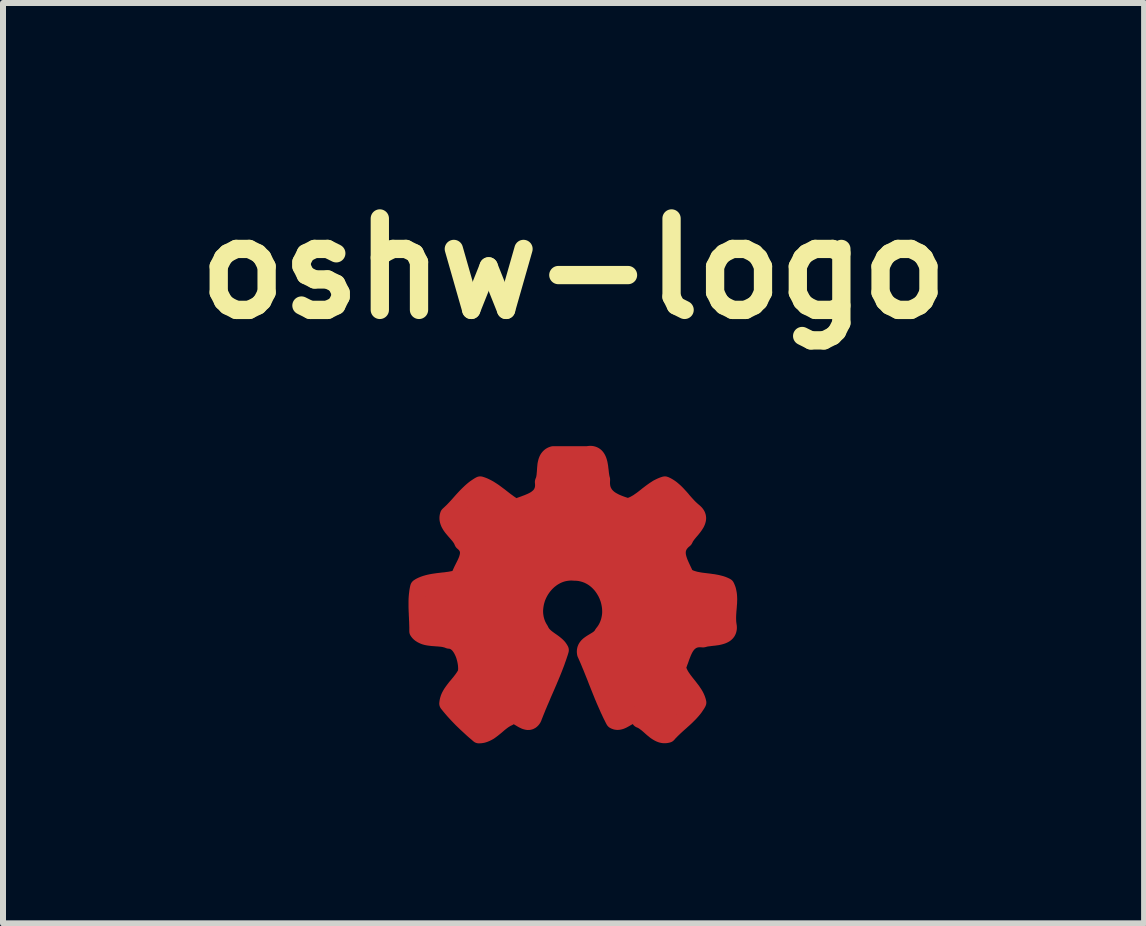
<source format=kicad_pcb>
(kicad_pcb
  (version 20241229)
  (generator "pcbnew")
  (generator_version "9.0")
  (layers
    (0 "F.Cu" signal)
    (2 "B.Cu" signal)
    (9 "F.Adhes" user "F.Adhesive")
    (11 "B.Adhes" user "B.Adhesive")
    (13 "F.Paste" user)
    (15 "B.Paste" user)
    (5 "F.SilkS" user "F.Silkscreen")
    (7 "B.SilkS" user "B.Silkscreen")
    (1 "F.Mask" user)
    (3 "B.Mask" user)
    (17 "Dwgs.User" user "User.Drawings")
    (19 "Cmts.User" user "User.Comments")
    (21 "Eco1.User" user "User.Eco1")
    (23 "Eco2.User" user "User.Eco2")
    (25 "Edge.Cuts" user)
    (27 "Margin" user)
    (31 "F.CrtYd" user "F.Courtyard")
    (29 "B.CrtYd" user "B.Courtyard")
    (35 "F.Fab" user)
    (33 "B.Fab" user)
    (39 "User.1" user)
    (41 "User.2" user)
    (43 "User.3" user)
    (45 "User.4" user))
  (footprint "oshw-logo"
    (layer "F.Cu")
    (at 6.51 6.86)
    (property "Reference" "oshw-logo" (at 0 -5.434 0) (layer "F.SilkS") (effects (font (size 1.524 1.524) (thickness 0.305))))
    (attr smd)
    (fp_poly (pts (xy -0.34 -2.332) (xy -0.368 -2.322) (xy -0.391 -2.308) (xy -0.41 -2.29) (xy -0.426 -2.27) (xy -0.438 -2.247) (xy -0.448 -2.221) (xy -0.455 -2.194) (xy -0.461 -2.166) (xy -0.464 -2.136) (xy -0.467 -2.105) (xy -0.469 -2.074) (xy -0.471 -2.043) (xy -0.474 -2.013) (xy -0.476 -1.983) (xy -0.481 -1.954) (xy -0.486 -1.926) (xy -0.494 -1.901) (xy -0.504 -1.877) (xy -0.501 -1.842) (xy -0.501 -1.808) (xy -0.504 -1.778) (xy -0.51 -1.749) (xy -0.519 -1.723) (xy -0.53 -1.699) (xy -0.543 -1.676) (xy -0.559 -1.655) (xy -0.576 -1.636) (xy -0.596 -1.619) (xy -0.617 -1.602) (xy -0.639 -1.587) (xy -0.663 -1.573) (xy -0.688 -1.56) (xy -0.714 -1.548) (xy -0.74 -1.537) (xy -0.768 -1.525) (xy -0.796 -1.515) (xy -0.824 -1.504) (xy -0.852 -1.494) (xy -0.88 -1.484) (xy -0.908 -1.473) (xy -0.936 -1.463) (xy -0.964 -1.451) (xy -0.992 -1.468) (xy -1.021 -1.485) (xy -1.049 -1.503) (xy -1.077 -1.522) (xy -1.104 -1.542) (xy -1.132 -1.562) (xy -1.159 -1.583) (xy -1.186 -1.604) (xy -1.213 -1.625) (xy -1.24 -1.646) (xy -1.267 -1.666) (xy -1.295 -1.687) (xy -1.322 -1.707) (xy -1.35 -1.726) (xy -1.378 -1.744) (xy -1.406 -1.762) (xy -1.435 -1.778) (xy -1.465 -1.793) (xy -1.494 -1.807) (xy -1.525 -1.819) (xy -1.556 -1.829) (xy -1.584 -1.813) (xy -1.611 -1.795) (xy -1.638 -1.777) (xy -1.664 -1.757) (xy -1.689 -1.736) (xy -1.714 -1.714) (xy -1.738 -1.691) (xy -1.762 -1.668) (xy -1.786 -1.644) (xy -1.809 -1.62) (xy -1.832 -1.595) (xy -1.855 -1.57) (xy -1.877 -1.545) (xy -1.9 -1.519) (xy -1.922 -1.494) (xy -1.945 -1.469) (xy -1.968 -1.444) (xy -1.991 -1.42) (xy -2.014 -1.396) (xy -2.038 -1.373) (xy -2.062 -1.35) (xy -2.086 -1.328) (xy -2.093 -1.3) (xy -2.095 -1.271) (xy -2.092 -1.244) (xy -2.085 -1.218) (xy -2.075 -1.192) (xy -2.061 -1.166) (xy -2.046 -1.142) (xy -2.028 -1.117) (xy -2.008 -1.093) (xy -1.988 -1.069) (xy -1.967 -1.045) (xy -1.946 -1.021) (xy -1.926 -0.998) (xy -1.906 -0.974) (xy -1.888 -0.949) (xy -1.872 -0.925) (xy -1.859 -0.9) (xy -1.849 -0.875) (xy -1.823 -0.853) (xy -1.802 -0.83) (xy -1.785 -0.807) (xy -1.772 -0.784) (xy -1.762 -0.76) (xy -1.756 -0.736) (xy -1.753 -0.712) (xy -1.752 -0.687) (xy -1.755 -0.662) (xy -1.759 -0.637) (xy -1.766 -0.612) (xy -1.774 -0.586) (xy -1.784 -0.56) (xy -1.795 -0.535) (xy -1.807 -0.509) (xy -1.82 -0.483) (xy -1.833 -0.457) (xy -1.846 -0.431) (xy -1.859 -0.405) (xy -1.871 -0.379) (xy -1.883 -0.353) (xy -1.894 -0.327) (xy -1.904 -0.302) (xy -1.912 -0.276) (xy -1.943 -0.267) (xy -1.975 -0.259) (xy -2.007 -0.252) (xy -2.039 -0.246) (xy -2.072 -0.24) (xy -2.105 -0.236) (xy -2.139 -0.231) (xy -2.172 -0.228) (xy -2.206 -0.224) (xy -2.24 -0.22) (xy -2.273 -0.216) (xy -2.307 -0.211) (xy -2.34 -0.206) (xy -2.372 -0.2) (xy -2.405 -0.193) (xy -2.436 -0.185) (xy -2.467 -0.176) (xy -2.498 -0.165) (xy -2.527 -0.153) (xy -2.556 -0.139) (xy -2.583 -0.122) (xy -2.59 -0.091) (xy -2.596 -0.058) (xy -2.6 -0.026) (xy -2.604 0.007) (xy -2.607 0.04) (xy -2.609 0.073) (xy -2.61 0.107) (xy -2.61 0.141) (xy -2.61 0.174) (xy -2.61 0.208) (xy -2.609 0.242) (xy -2.608 0.276) (xy -2.606 0.31) (xy -2.605 0.344) (xy -2.603 0.378) (xy -2.602 0.412) (xy -2.6 0.446) (xy -2.599 0.48) (xy -2.598 0.513) (xy -2.597 0.546) (xy -2.597 0.579) (xy -2.597 0.612) (xy -2.578 0.636) (xy -2.556 0.655) (xy -2.531 0.671) (xy -2.505 0.684) (xy -2.477 0.695) (xy -2.448 0.703) (xy -2.417 0.709) (xy -2.386 0.713) (xy -2.354 0.717) (xy -2.321 0.719) (xy -2.289 0.722) (xy -2.256 0.724) (xy -2.224 0.727) (xy -2.192 0.73) (xy -2.161 0.735) (xy -2.131 0.742) (xy -2.102 0.75) (xy -2.075 0.761) (xy -2.047 0.763) (xy -2.02 0.77) (xy -1.995 0.78) (xy -1.971 0.793) (xy -1.948 0.81) (xy -1.927 0.829) (xy -1.907 0.851) (xy -1.889 0.875) (xy -1.872 0.901) (xy -1.857 0.929) (xy -1.843 0.958) (xy -1.83 0.988) (xy -1.819 1.019) (xy -1.81 1.05) (xy -1.802 1.081) (xy -1.795 1.113) (xy -1.79 1.143) (xy -1.786 1.174) (xy -1.784 1.203) (xy -1.783 1.231) (xy -1.784 1.257) (xy -1.786 1.281) (xy -1.79 1.304) (xy -1.803 1.331) (xy -1.818 1.358) (xy -1.836 1.385) (xy -1.854 1.411) (xy -1.874 1.437) (xy -1.894 1.463) (xy -1.915 1.488) (xy -1.936 1.514) (xy -1.958 1.539) (xy -1.978 1.565) (xy -1.998 1.591) (xy -2.017 1.617) (xy -2.035 1.643) (xy -2.051 1.67) (xy -2.066 1.698) (xy -2.078 1.726) (xy -2.087 1.755) (xy -2.094 1.785) (xy -2.098 1.816) (xy -2.076 1.843) (xy -2.054 1.87) (xy -2.032 1.896) (xy -2.009 1.923) (xy -1.986 1.949) (xy -1.962 1.975) (xy -1.938 2.001) (xy -1.913 2.027) (xy -1.889 2.052) (xy -1.864 2.078) (xy -1.838 2.103) (xy -1.813 2.127) (xy -1.787 2.152) (xy -1.761 2.176) (xy -1.735 2.2) (xy -1.709 2.224) (xy -1.683 2.248) (xy -1.657 2.271) (xy -1.63 2.294) (xy -1.604 2.316) (xy -1.578 2.339) (xy -1.547 2.337) (xy -1.516 2.332) (xy -1.487 2.323) (xy -1.458 2.311) (xy -1.43 2.297) (xy -1.402 2.281) (xy -1.376 2.262) (xy -1.349 2.242) (xy -1.323 2.221) (xy -1.297 2.2) (xy -1.271 2.178) (xy -1.246 2.156) (xy -1.22 2.135) (xy -1.193 2.114) (xy -1.167 2.095) (xy -1.14 2.078) (xy -1.113 2.062) (xy -1.084 2.049) (xy -1.069 2.032) (xy -1.053 2.02) (xy -1.036 2.013) (xy -1.019 2.011) (xy -1.001 2.011) (xy -0.982 2.015) (xy -0.964 2.022) (xy -0.945 2.03) (xy -0.925 2.04) (xy -0.906 2.051) (xy -0.886 2.063) (xy -0.866 2.075) (xy -0.847 2.086) (xy -0.827 2.096) (xy -0.808 2.105) (xy -0.789 2.111) (xy -0.771 2.115) (xy -0.753 2.117) (xy -0.736 2.114) (xy -0.719 2.108) (xy -0.703 2.097) (xy -0.687 2.08) (xy -0.673 2.059) (xy -0.661 2.026) (xy -0.648 1.994) (xy -0.635 1.961) (xy -0.622 1.929) (xy -0.609 1.897) (xy -0.596 1.864) (xy -0.582 1.832) (xy -0.569 1.8) (xy -0.555 1.768) (xy -0.541 1.736) (xy -0.527 1.703) (xy -0.514 1.671) (xy -0.5 1.639) (xy -0.486 1.607) (xy -0.472 1.575) (xy -0.458 1.543) (xy -0.444 1.511) (xy -0.43 1.478) (xy -0.416 1.446) (xy -0.403 1.414) (xy -0.389 1.382) (xy -0.376 1.35) (xy -0.362 1.317) (xy -0.349 1.285) (xy -0.336 1.253) (xy -0.323 1.22) (xy -0.311 1.188) (xy -0.298 1.155) (xy -0.286 1.123) (xy -0.275 1.09) (xy -0.263 1.058) (xy -0.252 1.025) (xy -0.241 0.992) (xy -0.23 0.959) (xy -0.22 0.926) (xy -0.235 0.901) (xy -0.252 0.877) (xy -0.272 0.856) (xy -0.294 0.836) (xy -0.317 0.817) (xy -0.341 0.799) (xy -0.366 0.781) (xy -0.391 0.764) (xy -0.416 0.746) (xy -0.44 0.728) (xy -0.464 0.709) (xy -0.487 0.688) (xy -0.508 0.666) (xy -0.527 0.642) (xy -0.543 0.616) (xy -0.557 0.587) (xy -0.573 0.562) (xy -0.587 0.536) (xy -0.6 0.51) (xy -0.611 0.483) (xy -0.621 0.456) (xy -0.629 0.428) (xy -0.636 0.401) (xy -0.641 0.373) (xy -0.645 0.345) (xy -0.648 0.317) (xy -0.649 0.288) (xy -0.649 0.26) (xy -0.647 0.232) (xy -0.644 0.204) (xy -0.64 0.176) (xy -0.635 0.148) (xy -0.629 0.12) (xy -0.621 0.093) (xy -0.613 0.066) (xy -0.603 0.039) (xy -0.592 0.013) (xy -0.58 -0.013) (xy -0.567 -0.038) (xy -0.553 -0.063) (xy -0.538 -0.087) (xy -0.522 -0.11) (xy -0.505 -0.133) (xy -0.487 -0.155) (xy -0.468 -0.177) (xy -0.449 -0.197) (xy -0.428 -0.217) (xy -0.407 -0.236) (xy -0.385 -0.253) (xy -0.363 -0.27) (xy -0.339 -0.286) (xy -0.315 -0.3) (xy -0.29 -0.314) (xy -0.265 -0.326) (xy -0.239 -0.337) (xy -0.212 -0.347) (xy -0.185 -0.355) (xy -0.157 -0.362) (xy -0.129 -0.367) (xy -0.1 -0.371) (xy -0.071 -0.374) (xy -0.041 -0.375) (xy -0.011 -0.374) (xy 0.019 -0.372) (xy 0.049 -0.371) (xy 0.079 -0.369) (xy 0.108 -0.365) (xy 0.136 -0.359) (xy 0.164 -0.352) (xy 0.192 -0.344) (xy 0.218 -0.334) (xy 0.244 -0.324) (xy 0.269 -0.311) (xy 0.294 -0.298) (xy 0.317 -0.284) (xy 0.341 -0.268) (xy 0.363 -0.251) (xy 0.384 -0.234) (xy 0.405 -0.215) (xy 0.425 -0.195) (xy 0.444 -0.175) (xy 0.462 -0.154) (xy 0.479 -0.132) (xy 0.495 -0.109) (xy 0.511 -0.085) (xy 0.525 -0.061) (xy 0.539 -0.037) (xy 0.551 -0.012) (xy 0.563 0.014) (xy 0.573 0.04) (xy 0.583 0.067) (xy 0.591 0.093) (xy 0.598 0.121) (xy 0.604 0.148) (xy 0.609 0.176) (xy 0.613 0.203) (xy 0.616 0.231) (xy 0.617 0.259) (xy 0.618 0.287) (xy 0.617 0.315) (xy 0.615 0.343) (xy 0.611 0.37) (xy 0.606 0.398) (xy 0.6 0.425) (xy 0.593 0.452) (xy 0.584 0.478) (xy 0.574 0.505) (xy 0.563 0.53) (xy 0.55 0.556) (xy 0.536 0.581) (xy 0.52 0.605) (xy 0.503 0.629) (xy 0.484 0.652) (xy 0.472 0.675) (xy 0.455 0.696) (xy 0.436 0.716) (xy 0.415 0.733) (xy 0.391 0.75) (xy 0.367 0.765) (xy 0.342 0.78) (xy 0.317 0.795) (xy 0.293 0.81) (xy 0.27 0.826) (xy 0.249 0.842) (xy 0.231 0.86) (xy 0.216 0.879) (xy 0.204 0.901) (xy 0.197 0.925) (xy 0.195 0.951) (xy 0.198 0.981) (xy 0.212 1.012) (xy 0.226 1.044) (xy 0.24 1.076) (xy 0.254 1.108) (xy 0.267 1.14) (xy 0.28 1.172) (xy 0.294 1.204) (xy 0.307 1.237) (xy 0.32 1.269) (xy 0.333 1.302) (xy 0.346 1.334) (xy 0.359 1.366) (xy 0.372 1.399) (xy 0.384 1.431) (xy 0.397 1.464) (xy 0.41 1.496) (xy 0.423 1.529) (xy 0.436 1.561) (xy 0.449 1.594) (xy 0.462 1.626) (xy 0.475 1.658) (xy 0.488 1.691) (xy 0.502 1.723) (xy 0.515 1.755) (xy 0.529 1.787) (xy 0.543 1.819) (xy 0.557 1.85) (xy 0.571 1.882) (xy 0.585 1.914) (xy 0.6 1.945) (xy 0.614 1.976) (xy 0.629 2.007) (xy 0.645 2.038) (xy 0.66 2.069) (xy 0.676 2.099) (xy 0.697 2.109) (xy 0.718 2.114) (xy 0.739 2.115) (xy 0.759 2.112) (xy 0.78 2.107) (xy 0.8 2.099) (xy 0.82 2.09) (xy 0.84 2.079) (xy 0.86 2.068) (xy 0.88 2.056) (xy 0.9 2.045) (xy 0.919 2.034) (xy 0.938 2.024) (xy 0.958 2.017) (xy 0.977 2.012) (xy 0.996 2.009) (xy 1.014 2.01) (xy 1.033 2.015) (xy 1.051 2.024) (xy 1.07 2.038) (xy 1.088 2.058) (xy 1.106 2.083) (xy 1.131 2.093) (xy 1.155 2.106) (xy 1.179 2.122) (xy 1.202 2.139) (xy 1.226 2.157) (xy 1.249 2.177) (xy 1.272 2.197) (xy 1.295 2.218) (xy 1.318 2.238) (xy 1.342 2.257) (xy 1.365 2.276) (xy 1.389 2.292) (xy 1.414 2.307) (xy 1.438 2.319) (xy 1.464 2.329) (xy 1.49 2.335) (xy 1.516 2.337) (xy 1.544 2.335) (xy 1.572 2.329) (xy 1.593 2.304) (xy 1.616 2.281) (xy 1.639 2.257) (xy 1.663 2.234) (xy 1.687 2.211) (xy 1.712 2.188) (xy 1.737 2.165) (xy 1.762 2.143) (xy 1.788 2.12) (xy 1.813 2.097) (xy 1.838 2.075) (xy 1.863 2.052) (xy 1.887 2.029) (xy 1.911 2.005) (xy 1.935 1.981) (xy 1.957 1.957) (xy 1.979 1.932) (xy 2 1.907) (xy 2.02 1.881) (xy 2.038 1.854) (xy 2.056 1.827) (xy 2.072 1.799) (xy 2.064 1.769) (xy 2.054 1.74) (xy 2.042 1.712) (xy 2.028 1.684) (xy 2.012 1.657) (xy 1.994 1.63) (xy 1.976 1.603) (xy 1.956 1.577) (xy 1.936 1.551) (xy 1.916 1.525) (xy 1.895 1.499) (xy 1.875 1.474) (xy 1.855 1.448) (xy 1.835 1.422) (xy 1.817 1.396) (xy 1.799 1.37) (xy 1.783 1.344) (xy 1.769 1.317) (xy 1.756 1.29) (xy 1.746 1.263) (xy 1.738 1.235) (xy 1.732 1.206) (xy 1.743 1.179) (xy 1.754 1.151) (xy 1.764 1.122) (xy 1.775 1.094) (xy 1.785 1.065) (xy 1.795 1.036) (xy 1.806 1.008) (xy 1.817 0.98) (xy 1.828 0.953) (xy 1.84 0.927) (xy 1.853 0.901) (xy 1.867 0.877) (xy 1.882 0.854) (xy 1.898 0.833) (xy 1.916 0.813) (xy 1.935 0.796) (xy 1.956 0.78) (xy 1.978 0.766) (xy 2.003 0.755) (xy 2.029 0.746) (xy 2.058 0.74) (xy 2.089 0.737) (xy 2.123 0.737) (xy 2.159 0.74) (xy 2.18 0.734) (xy 2.204 0.728) (xy 2.229 0.724) (xy 2.256 0.721) (xy 2.284 0.717) (xy 2.312 0.714) (xy 2.341 0.711) (xy 2.37 0.707) (xy 2.399 0.703) (xy 2.426 0.697) (xy 2.453 0.69) (xy 2.478 0.682) (xy 2.501 0.672) (xy 2.522 0.661) (xy 2.541 0.646) (xy 2.556 0.63) (xy 2.568 0.611) (xy 2.576 0.588) (xy 2.581 0.562) (xy 2.58 0.533) (xy 2.575 0.5) (xy 2.571 0.469) (xy 2.569 0.438) (xy 2.568 0.406) (xy 2.568 0.374) (xy 2.569 0.341) (xy 2.571 0.308) (xy 2.573 0.275) (xy 2.576 0.242) (xy 2.579 0.209) (xy 2.581 0.176) (xy 2.584 0.143) (xy 2.585 0.11) (xy 2.586 0.077) (xy 2.585 0.045) (xy 2.583 0.013) (xy 2.579 -0.018) (xy 2.573 -0.049) (xy 2.566 -0.079) (xy 2.555 -0.108) (xy 2.543 -0.136) (xy 2.514 -0.15) (xy 2.485 -0.162) (xy 2.455 -0.172) (xy 2.424 -0.18) (xy 2.393 -0.188) (xy 2.361 -0.194) (xy 2.328 -0.2) (xy 2.295 -0.204) (xy 2.262 -0.209) (xy 2.229 -0.213) (xy 2.196 -0.217) (xy 2.163 -0.221) (xy 2.13 -0.225) (xy 2.098 -0.23) (xy 2.066 -0.236) (xy 2.035 -0.242) (xy 2.005 -0.25) (xy 1.975 -0.259) (xy 1.947 -0.269) (xy 1.92 -0.281) (xy 1.893 -0.295) (xy 1.869 -0.311) (xy 1.856 -0.339) (xy 1.843 -0.366) (xy 1.83 -0.394) (xy 1.817 -0.421) (xy 1.804 -0.449) (xy 1.791 -0.477) (xy 1.779 -0.504) (xy 1.767 -0.532) (xy 1.757 -0.559) (xy 1.748 -0.586) (xy 1.74 -0.614) (xy 1.734 -0.641) (xy 1.73 -0.667) (xy 1.729 -0.694) (xy 1.729 -0.72) (xy 1.733 -0.746) (xy 1.739 -0.772) (xy 1.749 -0.797) (xy 1.761 -0.822) (xy 1.778 -0.847) (xy 1.798 -0.872) (xy 1.822 -0.896) (xy 1.85 -0.919) (xy 1.859 -0.94) (xy 1.871 -0.961) (xy 1.886 -0.983) (xy 1.902 -1.005) (xy 1.92 -1.027) (xy 1.939 -1.05) (xy 1.959 -1.073) (xy 1.978 -1.096) (xy 1.997 -1.12) (xy 2.014 -1.143) (xy 2.03 -1.167) (xy 2.044 -1.19) (xy 2.055 -1.214) (xy 2.063 -1.238) (xy 2.068 -1.261) (xy 2.068 -1.284) (xy 2.063 -1.308) (xy 2.053 -1.33) (xy 2.037 -1.353) (xy 2.015 -1.375) (xy 1.99 -1.396) (xy 1.965 -1.418) (xy 1.94 -1.441) (xy 1.916 -1.465) (xy 1.893 -1.49) (xy 1.87 -1.515) (xy 1.847 -1.541) (xy 1.824 -1.567) (xy 1.802 -1.594) (xy 1.779 -1.62) (xy 1.756 -1.645) (xy 1.733 -1.67) (xy 1.709 -1.695) (xy 1.685 -1.718) (xy 1.66 -1.74) (xy 1.634 -1.762) (xy 1.608 -1.781) (xy 1.58 -1.799) (xy 1.552 -1.815) (xy 1.522 -1.829) (xy 1.491 -1.819) (xy 1.461 -1.807) (xy 1.432 -1.793) (xy 1.402 -1.778) (xy 1.374 -1.76) (xy 1.346 -1.742) (xy 1.318 -1.722) (xy 1.29 -1.702) (xy 1.263 -1.681) (xy 1.235 -1.66) (xy 1.208 -1.638) (xy 1.181 -1.617) (xy 1.154 -1.596) (xy 1.127 -1.576) (xy 1.099 -1.557) (xy 1.072 -1.538) (xy 1.044 -1.522) (xy 1.016 -1.506) (xy 0.988 -1.493) (xy 0.959 -1.481) (xy 0.93 -1.472) (xy 0.9 -1.466) (xy 0.869 -1.475) (xy 0.838 -1.485) (xy 0.808 -1.495) (xy 0.778 -1.506) (xy 0.749 -1.517) (xy 0.721 -1.529) (xy 0.693 -1.541) (xy 0.667 -1.555) (xy 0.641 -1.569) (xy 0.617 -1.584) (xy 0.594 -1.6) (xy 0.573 -1.618) (xy 0.553 -1.637) (xy 0.535 -1.657) (xy 0.519 -1.678) (xy 0.505 -1.702) (xy 0.492 -1.726) (xy 0.482 -1.753) (xy 0.474 -1.782) (xy 0.469 -1.812) (xy 0.466 -1.845) (xy 0.466 -1.879) (xy 0.468 -1.916) (xy 0.462 -1.937) (xy 0.457 -1.961) (xy 0.453 -1.986) (xy 0.449 -2.013) (xy 0.446 -2.041) (xy 0.443 -2.069) (xy 0.439 -2.098) (xy 0.436 -2.127) (xy 0.431 -2.156) (xy 0.426 -2.183) (xy 0.419 -2.21) (xy 0.411 -2.235) (xy 0.401 -2.258) (xy 0.389 -2.279) (xy 0.375 -2.298) (xy 0.358 -2.313) (xy 0.339 -2.325) (xy 0.317 -2.333) (xy 0.291 -2.338) (xy 0.262 -2.337) (xy 0.229 -2.332) (xy 0.195 -2.332) (xy 0.162 -2.332) (xy 0.128 -2.332) (xy 0.095 -2.332) (xy 0.062 -2.332) (xy 0.028 -2.332) (xy -0.005 -2.332) (xy -0.039 -2.332) (xy -0.072 -2.332) (xy -0.106 -2.332) (xy -0.139 -2.332) (xy -0.173 -2.332) (xy -0.206 -2.332) (xy -0.24 -2.332) (xy -0.273 -2.332) (xy -0.306 -2.332) (xy -0.34 -2.332) (xy -0.34 -2.332)) (stroke (width 0.282) (type solid)) (fill yes) (layer "F.Cu"))
    (fp_poly (pts (xy 2.477 -0.094) (xy 1.859 -0.209) (xy 1.837 -0.221) (xy 1.822 -0.241) (xy 1.633 -0.683) (xy 1.628 -0.707) (xy 1.636 -0.731) (xy 1.996 -1.256) (xy 2.001 -1.278) (xy 1.992 -1.299) (xy 1.542 -1.749) (xy 1.521 -1.758) (xy 1.499 -1.753) (xy 0.965 -1.386) (xy 0.941 -1.379) (xy 0.917 -1.383) (xy 0.488 -1.558) (xy 0.468 -1.573) (xy 0.456 -1.594) (xy 0.337 -2.234) (xy 0.325 -2.254) (xy 0.304 -2.262) (xy -0.333 -2.262) (xy -0.354 -2.254) (xy -0.366 -2.234) (xy -0.485 -1.594) (xy -0.496 -1.573) (xy -0.516 -1.558) (xy -0.945 -1.383) (xy -0.97 -1.379) (xy -0.993 -1.386) (xy -1.528 -1.753) (xy -1.55 -1.758) (xy -1.57 -1.749) (xy -2.021 -1.299) (xy -2.03 -1.278) (xy -2.025 -1.256) (xy -1.664 -0.731) (xy -1.657 -0.707) (xy -1.661 -0.683) (xy -1.851 -0.241) (xy -1.865 -0.221) (xy -1.887 -0.209) (xy -2.506 -0.094) (xy -2.525 -0.082) (xy -2.533 -0.061) (xy -2.533 0.576) (xy -2.525 0.597) (xy -2.506 0.609) (xy -1.903 0.721) (xy -1.881 0.732) (xy -1.867 0.753) (xy -1.678 1.223) (xy -1.674 1.248) (xy -1.682 1.271) (xy -2.025 1.771) (xy -2.03 1.793) (xy -2.021 1.813) (xy -1.57 2.264) (xy -1.55 2.273) (xy -1.528 2.268) (xy -1.037 1.931) (xy -1.014 1.924) (xy -0.99 1.929) (xy -0.774 2.045) (xy -0.753 2.046) (xy -0.738 2.032) (xy -0.292 0.954) (xy -0.291 0.931) (xy -0.305 0.913) (xy -0.359 0.88) (xy -0.376 0.868) (xy -0.393 0.854) (xy -0.421 0.835) (xy -0.447 0.816) (xy -0.473 0.795) (xy -0.497 0.773) (xy -0.521 0.75) (xy -0.543 0.725) (xy -0.565 0.7) (xy -0.585 0.674) (xy -0.603 0.647) (xy -0.621 0.618) (xy -0.637 0.589) (xy -0.652 0.56) (xy -0.665 0.529) (xy -0.678 0.498) (xy -0.688 0.466) (xy -0.697 0.433) (xy -0.705 0.4) (xy -0.711 0.366) (xy -0.715 0.331) (xy -0.718 0.296) (xy -0.718 0.261) (xy -0.718 0.228) (xy -0.715 0.195) (xy -0.712 0.163) (xy -0.706 0.131) (xy -0.7 0.099) (xy -0.692 0.069) (xy -0.682 0.038) (xy -0.672 0.009) (xy -0.66 -0.02) (xy -0.647 -0.049) (xy -0.632 -0.076) (xy -0.617 -0.103) (xy -0.6 -0.13) (xy -0.583 -0.155) (xy -0.564 -0.179) (xy -0.544 -0.203) (xy -0.523 -0.226) (xy -0.501 -0.248) (xy -0.478 -0.269) (xy -0.455 -0.288) (xy -0.43 -0.307) (xy -0.405 -0.325) (xy -0.379 -0.342) (xy -0.352 -0.357) (xy -0.324 -0.372) (xy -0.296 -0.385) (xy -0.267 -0.397) (xy -0.237 -0.407) (xy -0.207 -0.417) (xy -0.176 -0.425) (xy -0.144 -0.431) (xy -0.113 -0.436) (xy -0.08 -0.44) (xy -0.047 -0.442) (xy -0.014 -0.443) (xy 0.019 -0.442) (xy 0.052 -0.44) (xy 0.084 -0.436) (xy 0.116 -0.431) (xy 0.147 -0.425) (xy 0.178 -0.417) (xy 0.208 -0.407) (xy 0.238 -0.397) (xy 0.267 -0.385) (xy 0.295 -0.372) (xy 0.323 -0.357) (xy 0.35 -0.342) (xy 0.376 -0.325) (xy 0.401 -0.307) (xy 0.426 -0.288) (xy 0.45 -0.269) (xy 0.472 -0.248) (xy 0.494 -0.226) (xy 0.515 -0.203) (xy 0.535 -0.179) (xy 0.554 -0.155) (xy 0.572 -0.13) (xy 0.588 -0.103) (xy 0.604 -0.076) (xy 0.618 -0.049) (xy 0.631 -0.02) (xy 0.643 0.009) (xy 0.654 0.038) (xy 0.663 0.069) (xy 0.671 0.099) (xy 0.678 0.131) (xy 0.683 0.163) (xy 0.687 0.195) (xy 0.689 0.228) (xy 0.69 0.261) (xy 0.689 0.296) (xy 0.686 0.331) (xy 0.682 0.366) (xy 0.676 0.4) (xy 0.669 0.433) (xy 0.66 0.466) (xy 0.649 0.498) (xy 0.637 0.529) (xy 0.623 0.56) (xy 0.608 0.589) (xy 0.592 0.618) (xy 0.575 0.647) (xy 0.556 0.674) (xy 0.536 0.7) (xy 0.515 0.725) (xy 0.492 0.75) (xy 0.469 0.773) (xy 0.444 0.795) (xy 0.419 0.816) (xy 0.392 0.835) (xy 0.365 0.854) (xy 0.348 0.868) (xy 0.331 0.88) (xy 0.277 0.913) (xy 0.263 0.931) (xy 0.263 0.954) (xy 0.71 2.032) (xy 0.724 2.046) (xy 0.745 2.045) (xy 0.961 1.929) (xy 0.985 1.924) (xy 1.008 1.931) (xy 1.499 2.268) (xy 1.521 2.273) (xy 1.542 2.264) (xy 1.992 1.814) (xy 2.001 1.793) (xy 1.996 1.771) (xy 1.653 1.271) (xy 1.646 1.248) (xy 1.65 1.223) (xy 1.838 0.753) (xy 1.852 0.732) (xy 1.874 0.721) (xy 2.477 0.609) (xy 2.497 0.597) (xy 2.505 0.576) (xy 2.505 -0.061) (xy 2.497 -0.082) (xy 2.477 -0.094)) (stroke (width 0) (type solid)) (fill yes) (layer "F.Mask")))
  (gr_rect
    (start -3 -3)
    (end 16.019 12.34)
    (stroke (width 0.1) (type default))
    (fill no)
    (layer "Edge.Cuts")))
</source>
